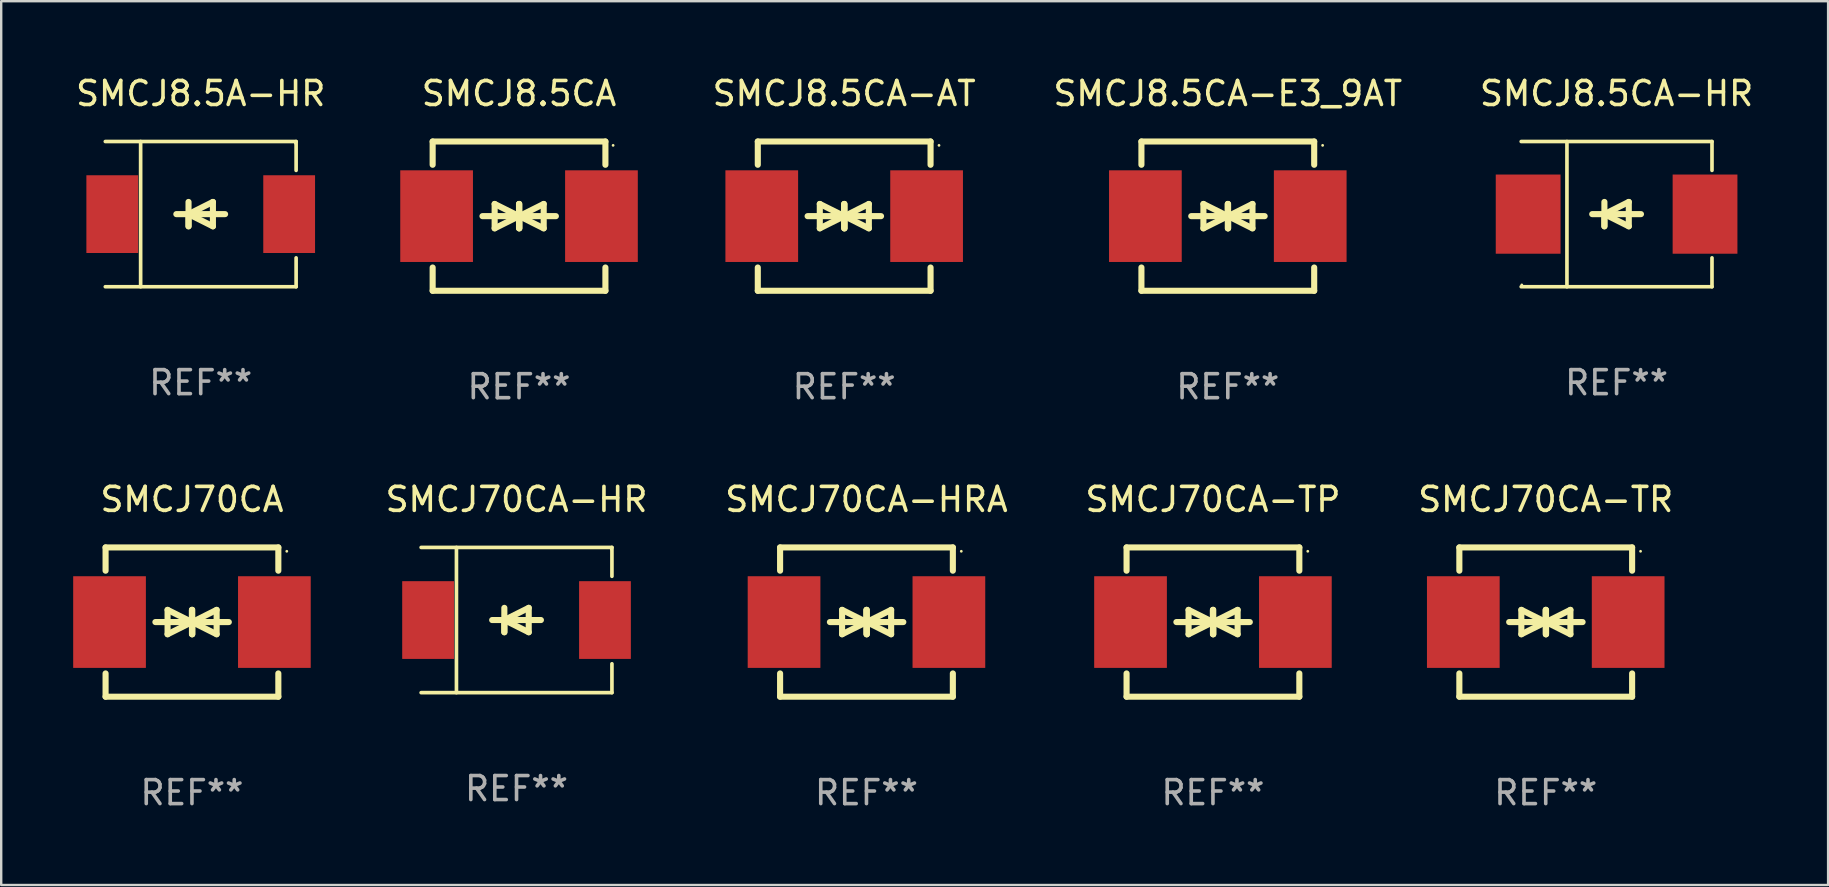
<source format=kicad_pcb>
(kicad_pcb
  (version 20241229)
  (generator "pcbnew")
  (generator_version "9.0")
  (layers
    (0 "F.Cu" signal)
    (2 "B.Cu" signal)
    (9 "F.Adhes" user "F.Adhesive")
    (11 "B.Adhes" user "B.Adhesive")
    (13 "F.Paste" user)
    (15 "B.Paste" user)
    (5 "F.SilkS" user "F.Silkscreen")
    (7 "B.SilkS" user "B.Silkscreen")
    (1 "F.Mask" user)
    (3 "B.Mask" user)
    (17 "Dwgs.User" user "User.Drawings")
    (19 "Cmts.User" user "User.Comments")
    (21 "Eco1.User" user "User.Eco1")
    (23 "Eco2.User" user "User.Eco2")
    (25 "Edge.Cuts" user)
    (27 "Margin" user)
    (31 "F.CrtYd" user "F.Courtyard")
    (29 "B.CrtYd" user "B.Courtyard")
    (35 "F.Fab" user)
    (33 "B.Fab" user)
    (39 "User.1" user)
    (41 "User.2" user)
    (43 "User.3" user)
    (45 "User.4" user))
  (footprint "SMCJ8.5CA-E3_9AT"
    (layer "F.Cu")
    (at 48.12 5.958)
    (property "Reference" "SMCJ8.5CA-E3_9AT" (at 0 -5.11 0) (layer "F.SilkS") (effects (font (size 1 1) (thickness 0.15))))
    (attr through_hole)
    (fp_line (start -3.6 -2.141) (end -3.6 -3.11) (stroke (width 0.254) (type solid)) (layer "F.SilkS"))
    (fp_line (start -3.6 3.11) (end -3.6 2.141) (stroke (width 0.254) (type solid)) (layer "F.SilkS"))
    (fp_line (start -1.524 0) (end 0.508 0) (stroke (width 0.254) (type solid)) (layer "F.SilkS"))
    (fp_line (start -1.016 -0.508) (end -1.016 0.508) (stroke (width 0.254) (type solid)) (layer "F.SilkS"))
    (fp_line (start -1.016 0.508) (end 0 0) (stroke (width 0.254) (type solid)) (layer "F.SilkS"))
    (fp_line (start 0 -0.508) (end 0 0.508) (stroke (width 0.254) (type solid)) (layer "F.SilkS"))
    (fp_line (start 0 0) (end -1.016 -0.508) (stroke (width 0.254) (type solid)) (layer "F.SilkS"))
    (fp_line (start 0 0) (end 0 -0.508) (stroke (width 0.254) (type solid)) (layer "F.SilkS"))
    (fp_line (start 0.012 0) (end 0.012 0.508) (stroke (width 0.254) (type solid)) (layer "F.SilkS"))
    (fp_line (start 0.012 0) (end 1.028 0.508) (stroke (width 0.254) (type solid)) (layer "F.SilkS"))
    (fp_line (start 0.012 0.508) (end 0.012 -0.508) (stroke (width 0.254) (type solid)) (layer "F.SilkS"))
    (fp_line (start 1.028 -0.508) (end 0.012 0) (stroke (width 0.254) (type solid)) (layer "F.SilkS"))
    (fp_line (start 1.028 0.508) (end 1.028 -0.508) (stroke (width 0.254) (type solid)) (layer "F.SilkS"))
    (fp_line (start 1.536 0) (end -0.496 0) (stroke (width 0.254) (type solid)) (layer "F.SilkS"))
    (fp_line (start 3.6 -3.11) (end -3.6 -3.11) (stroke (width 0.254) (type solid)) (layer "F.SilkS"))
    (fp_line (start 3.6 -2.141) (end 3.6 -3.11) (stroke (width 0.254) (type solid)) (layer "F.SilkS"))
    (fp_line (start 3.6 3.11) (end -3.6 3.11) (stroke (width 0.254) (type solid)) (layer "F.SilkS"))
    (fp_line (start 3.6 3.11) (end 3.6 2.141) (stroke (width 0.254) (type solid)) (layer "F.SilkS"))
    (fp_circle (center 3.952 -2.95) (end 3.982 -2.95) (stroke (width 0.06) (type solid)) (fill no) (layer "F.SilkS"))
    (fp_text user "REF**" (at 0 7.11 0) (layer "F.Fab") (effects (font (size 1 1) (thickness 0.15))))
    (pad "1" smd rect (at 3.435 0) (size 3.03 3.82) (layers "F.Cu" "F.Mask" "F.Paste"))
    (pad "2" smd rect (at -3.435 0) (size 3.03 3.82) (layers "F.Cu" "F.Mask" "F.Paste")))
  (footprint "SMCJ70CA-HRA"
    (layer "F.Cu")
    (at 33.061 22.875)
    (property "Reference" "SMCJ70CA-HRA" (at 0 -5.11 0) (layer "F.SilkS") (effects (font (size 1 1) (thickness 0.15))))
    (attr through_hole)
    (fp_line (start -3.6 -2.141) (end -3.6 -3.11) (stroke (width 0.254) (type solid)) (layer "F.SilkS"))
    (fp_line (start -3.6 3.11) (end -3.6 2.141) (stroke (width 0.254) (type solid)) (layer "F.SilkS"))
    (fp_line (start -1.524 0) (end 0.508 0) (stroke (width 0.254) (type solid)) (layer "F.SilkS"))
    (fp_line (start -1.016 -0.508) (end -1.016 0.508) (stroke (width 0.254) (type solid)) (layer "F.SilkS"))
    (fp_line (start -1.016 0.508) (end 0 0) (stroke (width 0.254) (type solid)) (layer "F.SilkS"))
    (fp_line (start 0 -0.508) (end 0 0.508) (stroke (width 0.254) (type solid)) (layer "F.SilkS"))
    (fp_line (start 0 0) (end -1.016 -0.508) (stroke (width 0.254) (type solid)) (layer "F.SilkS"))
    (fp_line (start 0 0) (end 0 -0.508) (stroke (width 0.254) (type solid)) (layer "F.SilkS"))
    (fp_line (start 0.012 0) (end 0.012 0.508) (stroke (width 0.254) (type solid)) (layer "F.SilkS"))
    (fp_line (start 0.012 0) (end 1.028 0.508) (stroke (width 0.254) (type solid)) (layer "F.SilkS"))
    (fp_line (start 0.012 0.508) (end 0.012 -0.508) (stroke (width 0.254) (type solid)) (layer "F.SilkS"))
    (fp_line (start 1.028 -0.508) (end 0.012 0) (stroke (width 0.254) (type solid)) (layer "F.SilkS"))
    (fp_line (start 1.028 0.508) (end 1.028 -0.508) (stroke (width 0.254) (type solid)) (layer "F.SilkS"))
    (fp_line (start 1.536 0) (end -0.496 0) (stroke (width 0.254) (type solid)) (layer "F.SilkS"))
    (fp_line (start 3.6 -3.11) (end -3.6 -3.11) (stroke (width 0.254) (type solid)) (layer "F.SilkS"))
    (fp_line (start 3.6 -2.141) (end 3.6 -3.11) (stroke (width 0.254) (type solid)) (layer "F.SilkS"))
    (fp_line (start 3.6 3.11) (end -3.6 3.11) (stroke (width 0.254) (type solid)) (layer "F.SilkS"))
    (fp_line (start 3.6 3.11) (end 3.6 2.141) (stroke (width 0.254) (type solid)) (layer "F.SilkS"))
    (fp_circle (center 3.952 -2.95) (end 3.982 -2.95) (stroke (width 0.06) (type solid)) (fill no) (layer "F.SilkS"))
    (fp_text user "REF**" (at 0 7.11 0) (layer "F.Fab") (effects (font (size 1 1) (thickness 0.15))))
    (pad "1" smd rect (at 3.435 0) (size 3.03 3.82) (layers "F.Cu" "F.Mask" "F.Paste"))
    (pad "2" smd rect (at -3.435 0) (size 3.03 3.82) (layers "F.Cu" "F.Mask" "F.Paste")))
  (footprint "SMCJ8.5A-HR"
    (layer "F.Cu")
    (at 5.315 5.874)
    (property "Reference" "SMCJ8.5A-HR" (at 0 -5.026 0) (layer "F.SilkS") (effects (font (size 1 1) (thickness 0.15))))
    (attr through_hole)
    (fp_line (start -3.976 -3.026) (end 3.976 -3.026) (stroke (width 0.152) (type solid)) (layer "F.SilkS"))
    (fp_line (start -3.976 3.026) (end 3.976 3.026) (stroke (width 0.152) (type solid)) (layer "F.SilkS"))
    (fp_line (start -2.504 -3.026) (end -2.504 3.026) (stroke (width 0.152) (type solid)) (layer "F.SilkS"))
    (fp_line (start -0.508 0) (end -0.508 0.508) (stroke (width 0.254) (type solid)) (layer "F.SilkS"))
    (fp_line (start -0.508 0) (end 0.508 0.508) (stroke (width 0.254) (type solid)) (layer "F.SilkS"))
    (fp_line (start -0.508 0.508) (end -0.508 -0.508) (stroke (width 0.254) (type solid)) (layer "F.SilkS"))
    (fp_line (start 0.508 -0.508) (end -0.508 0) (stroke (width 0.254) (type solid)) (layer "F.SilkS"))
    (fp_line (start 0.508 0.508) (end 0.508 -0.508) (stroke (width 0.254) (type solid)) (layer "F.SilkS"))
    (fp_line (start 1.016 0) (end -1.016 0) (stroke (width 0.254) (type solid)) (layer "F.SilkS"))
    (fp_line (start 3.976 -3.026) (end 3.976 -1.823) (stroke (width 0.152) (type solid)) (layer "F.SilkS"))
    (fp_line (start 3.976 3.026) (end 3.976 1.823) (stroke (width 0.152) (type solid)) (layer "F.SilkS"))
    (fp_circle (center 3.95 -2.95) (end 3.98 -2.95) (stroke (width 0.06) (type solid)) (fill no) (layer "F.SilkS"))
    (fp_text user "REF**" (at 0 7.026 0) (layer "F.Fab") (effects (font (size 1 1) (thickness 0.15))))
    (pad "1" smd rect (at 3.686 0 180) (size 2.158 3.24) (layers "F.Cu" "F.Mask" "F.Paste"))
    (pad "2" smd rect (at -3.686 0 180) (size 2.158 3.24) (layers "F.Cu" "F.Mask" "F.Paste")))
  (footprint "SMCJ8.5CA-AT"
    (layer "F.Cu")
    (at 32.132 5.958)
    (property "Reference" "SMCJ8.5CA-AT" (at 0 -5.11 0) (layer "F.SilkS") (effects (font (size 1 1) (thickness 0.15))))
    (attr through_hole)
    (fp_line (start -3.6 -2.141) (end -3.6 -3.11) (stroke (width 0.254) (type solid)) (layer "F.SilkS"))
    (fp_line (start -3.6 3.11) (end -3.6 2.141) (stroke (width 0.254) (type solid)) (layer "F.SilkS"))
    (fp_line (start -1.524 0) (end 0.508 0) (stroke (width 0.254) (type solid)) (layer "F.SilkS"))
    (fp_line (start -1.016 -0.508) (end -1.016 0.508) (stroke (width 0.254) (type solid)) (layer "F.SilkS"))
    (fp_line (start -1.016 0.508) (end 0 0) (stroke (width 0.254) (type solid)) (layer "F.SilkS"))
    (fp_line (start 0 -0.508) (end 0 0.508) (stroke (width 0.254) (type solid)) (layer "F.SilkS"))
    (fp_line (start 0 0) (end -1.016 -0.508) (stroke (width 0.254) (type solid)) (layer "F.SilkS"))
    (fp_line (start 0 0) (end 0 -0.508) (stroke (width 0.254) (type solid)) (layer "F.SilkS"))
    (fp_line (start 0.012 0) (end 0.012 0.508) (stroke (width 0.254) (type solid)) (layer "F.SilkS"))
    (fp_line (start 0.012 0) (end 1.028 0.508) (stroke (width 0.254) (type solid)) (layer "F.SilkS"))
    (fp_line (start 0.012 0.508) (end 0.012 -0.508) (stroke (width 0.254) (type solid)) (layer "F.SilkS"))
    (fp_line (start 1.028 -0.508) (end 0.012 0) (stroke (width 0.254) (type solid)) (layer "F.SilkS"))
    (fp_line (start 1.028 0.508) (end 1.028 -0.508) (stroke (width 0.254) (type solid)) (layer "F.SilkS"))
    (fp_line (start 1.536 0) (end -0.496 0) (stroke (width 0.254) (type solid)) (layer "F.SilkS"))
    (fp_line (start 3.6 -3.11) (end -3.6 -3.11) (stroke (width 0.254) (type solid)) (layer "F.SilkS"))
    (fp_line (start 3.6 -2.141) (end 3.6 -3.11) (stroke (width 0.254) (type solid)) (layer "F.SilkS"))
    (fp_line (start 3.6 3.11) (end -3.6 3.11) (stroke (width 0.254) (type solid)) (layer "F.SilkS"))
    (fp_line (start 3.6 3.11) (end 3.6 2.141) (stroke (width 0.254) (type solid)) (layer "F.SilkS"))
    (fp_circle (center 3.952 -2.95) (end 3.982 -2.95) (stroke (width 0.06) (type solid)) (fill no) (layer "F.SilkS"))
    (fp_text user "REF**" (at 0 7.11 0) (layer "F.Fab") (effects (font (size 1 1) (thickness 0.15))))
    (pad "1" smd rect (at 3.435 0) (size 3.03 3.82) (layers "F.Cu" "F.Mask" "F.Paste"))
    (pad "2" smd rect (at -3.435 0) (size 3.03 3.82) (layers "F.Cu" "F.Mask" "F.Paste")))
  (footprint "SMCJ8.5CA-HR"
    (layer "F.Cu")
    (at 64.323 5.874)
    (property "Reference" "SMCJ8.5CA-HR" (at 0 -5.026 0) (layer "F.SilkS") (effects (font (size 1 1) (thickness 0.15))))
    (attr through_hole)
    (fp_line (start -3.976 -3.026) (end 3.976 -3.026) (stroke (width 0.152) (type solid)) (layer "F.SilkS"))
    (fp_line (start -3.976 3.026) (end 3.976 3.026) (stroke (width 0.152) (type solid)) (layer "F.SilkS"))
    (fp_line (start -2.069 -3.026) (end -2.069 3.026) (stroke (width 0.152) (type solid)) (layer "F.SilkS"))
    (fp_line (start -0.508 0) (end -0.508 0.508) (stroke (width 0.254) (type solid)) (layer "F.SilkS"))
    (fp_line (start -0.508 0) (end 0.508 0.508) (stroke (width 0.254) (type solid)) (layer "F.SilkS"))
    (fp_line (start -0.508 0.508) (end -0.508 -0.508) (stroke (width 0.254) (type solid)) (layer "F.SilkS"))
    (fp_line (start 0.508 -0.508) (end -0.508 0) (stroke (width 0.254) (type solid)) (layer "F.SilkS"))
    (fp_line (start 0.508 0.508) (end 0.508 -0.508) (stroke (width 0.254) (type solid)) (layer "F.SilkS"))
    (fp_line (start 1.016 0) (end -1.016 0) (stroke (width 0.254) (type solid)) (layer "F.SilkS"))
    (fp_line (start 3.976 -3.026) (end 3.976 -1.823) (stroke (width 0.152) (type solid)) (layer "F.SilkS"))
    (fp_line (start 3.976 3.026) (end 3.976 1.823) (stroke (width 0.152) (type solid)) (layer "F.SilkS"))
    (fp_circle (center -3.95 2.95) (end -3.92 2.95) (stroke (width 0.06) (type solid)) (fill no) (layer "F.SilkS"))
    (fp_text user "REF**" (at 0 7.026 0) (layer "F.Fab") (effects (font (size 1 1) (thickness 0.15))))
    (pad "1" smd rect (at -3.686 0) (size 2.7 3.3) (layers "F.Cu" "F.Mask" "F.Paste"))
    (pad "2" smd rect (at 3.686 0) (size 2.7 3.3) (layers "F.Cu" "F.Mask" "F.Paste")))
  (footprint "SMCJ8.5CA"
    (layer "F.Cu")
    (at 18.581 5.958)
    (property "Reference" "SMCJ8.5CA" (at 0 -5.11 0) (layer "F.SilkS") (effects (font (size 1 1) (thickness 0.15))))
    (attr through_hole)
    (fp_line (start -3.6 -2.141) (end -3.6 -3.11) (stroke (width 0.254) (type solid)) (layer "F.SilkS"))
    (fp_line (start -3.6 3.11) (end -3.6 2.141) (stroke (width 0.254) (type solid)) (layer "F.SilkS"))
    (fp_line (start -1.524 0) (end 0.508 0) (stroke (width 0.254) (type solid)) (layer "F.SilkS"))
    (fp_line (start -1.016 -0.508) (end -1.016 0.508) (stroke (width 0.254) (type solid)) (layer "F.SilkS"))
    (fp_line (start -1.016 0.508) (end 0 0) (stroke (width 0.254) (type solid)) (layer "F.SilkS"))
    (fp_line (start 0 -0.508) (end 0 0.508) (stroke (width 0.254) (type solid)) (layer "F.SilkS"))
    (fp_line (start 0 0) (end -1.016 -0.508) (stroke (width 0.254) (type solid)) (layer "F.SilkS"))
    (fp_line (start 0 0) (end 0 -0.508) (stroke (width 0.254) (type solid)) (layer "F.SilkS"))
    (fp_line (start 0.012 0) (end 0.012 0.508) (stroke (width 0.254) (type solid)) (layer "F.SilkS"))
    (fp_line (start 0.012 0) (end 1.028 0.508) (stroke (width 0.254) (type solid)) (layer "F.SilkS"))
    (fp_line (start 0.012 0.508) (end 0.012 -0.508) (stroke (width 0.254) (type solid)) (layer "F.SilkS"))
    (fp_line (start 1.028 -0.508) (end 0.012 0) (stroke (width 0.254) (type solid)) (layer "F.SilkS"))
    (fp_line (start 1.028 0.508) (end 1.028 -0.508) (stroke (width 0.254) (type solid)) (layer "F.SilkS"))
    (fp_line (start 1.536 0) (end -0.496 0) (stroke (width 0.254) (type solid)) (layer "F.SilkS"))
    (fp_line (start 3.6 -3.11) (end -3.6 -3.11) (stroke (width 0.254) (type solid)) (layer "F.SilkS"))
    (fp_line (start 3.6 -2.141) (end 3.6 -3.11) (stroke (width 0.254) (type solid)) (layer "F.SilkS"))
    (fp_line (start 3.6 3.11) (end -3.6 3.11) (stroke (width 0.254) (type solid)) (layer "F.SilkS"))
    (fp_line (start 3.6 3.11) (end 3.6 2.141) (stroke (width 0.254) (type solid)) (layer "F.SilkS"))
    (fp_circle (center 3.921 -2.95) (end 3.951 -2.95) (stroke (width 0.06) (type solid)) (fill no) (layer "F.SilkS"))
    (fp_text user "REF**" (at 0 7.11 0) (layer "F.Fab") (effects (font (size 1 1) (thickness 0.15))))
    (pad "1" smd rect (at 3.435 0) (size 3.03 3.82) (layers "F.Cu" "F.Mask" "F.Paste"))
    (pad "2" smd rect (at -3.435 0) (size 3.03 3.82) (layers "F.Cu" "F.Mask" "F.Paste")))
  (footprint "SMCJ70CA-TP"
    (layer "F.Cu")
    (at 47.501 22.875)
    (property "Reference" "SMCJ70CA-TP" (at 0 -5.11 0) (layer "F.SilkS") (effects (font (size 1 1) (thickness 0.15))))
    (attr through_hole)
    (fp_line (start -3.6 -2.141) (end -3.6 -3.11) (stroke (width 0.254) (type solid)) (layer "F.SilkS"))
    (fp_line (start -3.6 3.11) (end -3.6 2.141) (stroke (width 0.254) (type solid)) (layer "F.SilkS"))
    (fp_line (start -1.524 0) (end 0.508 0) (stroke (width 0.254) (type solid)) (layer "F.SilkS"))
    (fp_line (start -1.016 -0.508) (end -1.016 0.508) (stroke (width 0.254) (type solid)) (layer "F.SilkS"))
    (fp_line (start -1.016 0.508) (end 0 0) (stroke (width 0.254) (type solid)) (layer "F.SilkS"))
    (fp_line (start 0 -0.508) (end 0 0.508) (stroke (width 0.254) (type solid)) (layer "F.SilkS"))
    (fp_line (start 0 0) (end -1.016 -0.508) (stroke (width 0.254) (type solid)) (layer "F.SilkS"))
    (fp_line (start 0 0) (end 0 -0.508) (stroke (width 0.254) (type solid)) (layer "F.SilkS"))
    (fp_line (start 0.012 0) (end 0.012 0.508) (stroke (width 0.254) (type solid)) (layer "F.SilkS"))
    (fp_line (start 0.012 0) (end 1.028 0.508) (stroke (width 0.254) (type solid)) (layer "F.SilkS"))
    (fp_line (start 0.012 0.508) (end 0.012 -0.508) (stroke (width 0.254) (type solid)) (layer "F.SilkS"))
    (fp_line (start 1.028 -0.508) (end 0.012 0) (stroke (width 0.254) (type solid)) (layer "F.SilkS"))
    (fp_line (start 1.028 0.508) (end 1.028 -0.508) (stroke (width 0.254) (type solid)) (layer "F.SilkS"))
    (fp_line (start 1.536 0) (end -0.496 0) (stroke (width 0.254) (type solid)) (layer "F.SilkS"))
    (fp_line (start 3.6 -3.11) (end -3.6 -3.11) (stroke (width 0.254) (type solid)) (layer "F.SilkS"))
    (fp_line (start 3.6 -2.141) (end 3.6 -3.11) (stroke (width 0.254) (type solid)) (layer "F.SilkS"))
    (fp_line (start 3.6 3.11) (end -3.6 3.11) (stroke (width 0.254) (type solid)) (layer "F.SilkS"))
    (fp_line (start 3.6 3.11) (end 3.6 2.141) (stroke (width 0.254) (type solid)) (layer "F.SilkS"))
    (fp_circle (center 3.952 -2.95) (end 3.982 -2.95) (stroke (width 0.06) (type solid)) (fill no) (layer "F.SilkS"))
    (fp_text user "REF**" (at 0 7.11 0) (layer "F.Fab") (effects (font (size 1 1) (thickness 0.15))))
    (pad "1" smd rect (at 3.435 0) (size 3.03 3.82) (layers "F.Cu" "F.Mask" "F.Paste"))
    (pad "2" smd rect (at -3.435 0) (size 3.03 3.82) (layers "F.Cu" "F.Mask" "F.Paste")))
  (footprint "SMCJ70CA-TR"
    (layer "F.Cu")
    (at 61.37 22.875)
    (property "Reference" "SMCJ70CA-TR" (at 0 -5.11 0) (layer "F.SilkS") (effects (font (size 1 1) (thickness 0.15))))
    (attr through_hole)
    (fp_line (start -3.6 -2.141) (end -3.6 -3.11) (stroke (width 0.254) (type solid)) (layer "F.SilkS"))
    (fp_line (start -3.6 3.11) (end -3.6 2.141) (stroke (width 0.254) (type solid)) (layer "F.SilkS"))
    (fp_line (start -1.524 0) (end 0.508 0) (stroke (width 0.254) (type solid)) (layer "F.SilkS"))
    (fp_line (start -1.016 -0.508) (end -1.016 0.508) (stroke (width 0.254) (type solid)) (layer "F.SilkS"))
    (fp_line (start -1.016 0.508) (end 0 0) (stroke (width 0.254) (type solid)) (layer "F.SilkS"))
    (fp_line (start 0 -0.508) (end 0 0.508) (stroke (width 0.254) (type solid)) (layer "F.SilkS"))
    (fp_line (start 0 0) (end -1.016 -0.508) (stroke (width 0.254) (type solid)) (layer "F.SilkS"))
    (fp_line (start 0 0) (end 0 -0.508) (stroke (width 0.254) (type solid)) (layer "F.SilkS"))
    (fp_line (start 0.012 0) (end 0.012 0.508) (stroke (width 0.254) (type solid)) (layer "F.SilkS"))
    (fp_line (start 0.012 0) (end 1.028 0.508) (stroke (width 0.254) (type solid)) (layer "F.SilkS"))
    (fp_line (start 0.012 0.508) (end 0.012 -0.508) (stroke (width 0.254) (type solid)) (layer "F.SilkS"))
    (fp_line (start 1.028 -0.508) (end 0.012 0) (stroke (width 0.254) (type solid)) (layer "F.SilkS"))
    (fp_line (start 1.028 0.508) (end 1.028 -0.508) (stroke (width 0.254) (type solid)) (layer "F.SilkS"))
    (fp_line (start 1.536 0) (end -0.496 0) (stroke (width 0.254) (type solid)) (layer "F.SilkS"))
    (fp_line (start 3.6 -3.11) (end -3.6 -3.11) (stroke (width 0.254) (type solid)) (layer "F.SilkS"))
    (fp_line (start 3.6 -2.141) (end 3.6 -3.11) (stroke (width 0.254) (type solid)) (layer "F.SilkS"))
    (fp_line (start 3.6 3.11) (end -3.6 3.11) (stroke (width 0.254) (type solid)) (layer "F.SilkS"))
    (fp_line (start 3.6 3.11) (end 3.6 2.141) (stroke (width 0.254) (type solid)) (layer "F.SilkS"))
    (fp_circle (center 3.952 -2.95) (end 3.982 -2.95) (stroke (width 0.06) (type solid)) (fill no) (layer "F.SilkS"))
    (fp_text user "REF**" (at 0 7.11 0) (layer "F.Fab") (effects (font (size 1 1) (thickness 0.15))))
    (pad "1" smd rect (at 3.435 0) (size 3.03 3.82) (layers "F.Cu" "F.Mask" "F.Paste"))
    (pad "2" smd rect (at -3.435 0) (size 3.03 3.82) (layers "F.Cu" "F.Mask" "F.Paste")))
  (footprint "SMCJ70CA-HR"
    (layer "F.Cu")
    (at 18.477 22.791)
    (property "Reference" "SMCJ70CA-HR" (at 0 -5.026 0) (layer "F.SilkS") (effects (font (size 1 1) (thickness 0.15))))
    (attr through_hole)
    (fp_line (start -3.976 -3.026) (end 3.976 -3.026) (stroke (width 0.152) (type solid)) (layer "F.SilkS"))
    (fp_line (start -3.976 3.026) (end 3.976 3.026) (stroke (width 0.152) (type solid)) (layer "F.SilkS"))
    (fp_line (start -2.504 -3.026) (end -2.504 3.026) (stroke (width 0.152) (type solid)) (layer "F.SilkS"))
    (fp_line (start -0.508 0) (end -0.508 0.508) (stroke (width 0.254) (type solid)) (layer "F.SilkS"))
    (fp_line (start -0.508 0) (end 0.508 0.508) (stroke (width 0.254) (type solid)) (layer "F.SilkS"))
    (fp_line (start -0.508 0.508) (end -0.508 -0.508) (stroke (width 0.254) (type solid)) (layer "F.SilkS"))
    (fp_line (start 0.508 -0.508) (end -0.508 0) (stroke (width 0.254) (type solid)) (layer "F.SilkS"))
    (fp_line (start 0.508 0.508) (end 0.508 -0.508) (stroke (width 0.254) (type solid)) (layer "F.SilkS"))
    (fp_line (start 1.016 0) (end -1.016 0) (stroke (width 0.254) (type solid)) (layer "F.SilkS"))
    (fp_line (start 3.976 -3.026) (end 3.976 -1.823) (stroke (width 0.152) (type solid)) (layer "F.SilkS"))
    (fp_line (start 3.976 3.026) (end 3.976 1.823) (stroke (width 0.152) (type solid)) (layer "F.SilkS"))
    (fp_circle (center 3.95 -2.95) (end 3.98 -2.95) (stroke (width 0.06) (type solid)) (fill no) (layer "F.SilkS"))
    (fp_text user "REF**" (at 0 7.026 0) (layer "F.Fab") (effects (font (size 1 1) (thickness 0.15))))
    (pad "1" smd rect (at 3.686 0 180) (size 2.158 3.24) (layers "F.Cu" "F.Mask" "F.Paste"))
    (pad "2" smd rect (at -3.686 0 180) (size 2.158 3.24) (layers "F.Cu" "F.Mask" "F.Paste")))
  (footprint "SMCJ70CA"
    (layer "F.Cu")
    (at 4.95 22.875)
    (property "Reference" "SMCJ70CA" (at 0 -5.11 0) (layer "F.SilkS") (effects (font (size 1 1) (thickness 0.15))))
    (attr through_hole)
    (fp_line (start -3.6 -2.141) (end -3.6 -3.11) (stroke (width 0.254) (type solid)) (layer "F.SilkS"))
    (fp_line (start -3.6 3.11) (end -3.6 2.141) (stroke (width 0.254) (type solid)) (layer "F.SilkS"))
    (fp_line (start -1.524 0) (end 0.508 0) (stroke (width 0.254) (type solid)) (layer "F.SilkS"))
    (fp_line (start -1.016 -0.508) (end -1.016 0.508) (stroke (width 0.254) (type solid)) (layer "F.SilkS"))
    (fp_line (start -1.016 0.508) (end 0 0) (stroke (width 0.254) (type solid)) (layer "F.SilkS"))
    (fp_line (start 0 -0.508) (end 0 0.508) (stroke (width 0.254) (type solid)) (layer "F.SilkS"))
    (fp_line (start 0 0) (end -1.016 -0.508) (stroke (width 0.254) (type solid)) (layer "F.SilkS"))
    (fp_line (start 0 0) (end 0 -0.508) (stroke (width 0.254) (type solid)) (layer "F.SilkS"))
    (fp_line (start 0.012 0) (end 0.012 0.508) (stroke (width 0.254) (type solid)) (layer "F.SilkS"))
    (fp_line (start 0.012 0) (end 1.028 0.508) (stroke (width 0.254) (type solid)) (layer "F.SilkS"))
    (fp_line (start 0.012 0.508) (end 0.012 -0.508) (stroke (width 0.254) (type solid)) (layer "F.SilkS"))
    (fp_line (start 1.028 -0.508) (end 0.012 0) (stroke (width 0.254) (type solid)) (layer "F.SilkS"))
    (fp_line (start 1.028 0.508) (end 1.028 -0.508) (stroke (width 0.254) (type solid)) (layer "F.SilkS"))
    (fp_line (start 1.536 0) (end -0.496 0) (stroke (width 0.254) (type solid)) (layer "F.SilkS"))
    (fp_line (start 3.6 -3.11) (end -3.6 -3.11) (stroke (width 0.254) (type solid)) (layer "F.SilkS"))
    (fp_line (start 3.6 -2.141) (end 3.6 -3.11) (stroke (width 0.254) (type solid)) (layer "F.SilkS"))
    (fp_line (start 3.6 3.11) (end -3.6 3.11) (stroke (width 0.254) (type solid)) (layer "F.SilkS"))
    (fp_line (start 3.6 3.11) (end 3.6 2.141) (stroke (width 0.254) (type solid)) (layer "F.SilkS"))
    (fp_circle (center 3.952 -2.95) (end 3.982 -2.95) (stroke (width 0.06) (type solid)) (fill no) (layer "F.SilkS"))
    (fp_text user "REF**" (at 0 7.11 0) (layer "F.Fab") (effects (font (size 1 1) (thickness 0.15))))
    (pad "1" smd rect (at 3.435 0) (size 3.03 3.82) (layers "F.Cu" "F.Mask" "F.Paste"))
    (pad "2" smd rect (at -3.435 0) (size 3.03 3.82) (layers "F.Cu" "F.Mask" "F.Paste")))
  (gr_rect
    (start -3 -3)
    (end 73.138 33.833)
    (stroke (width 0.1) (type default))
    (fill no)
    (layer "Edge.Cuts")))
</source>
